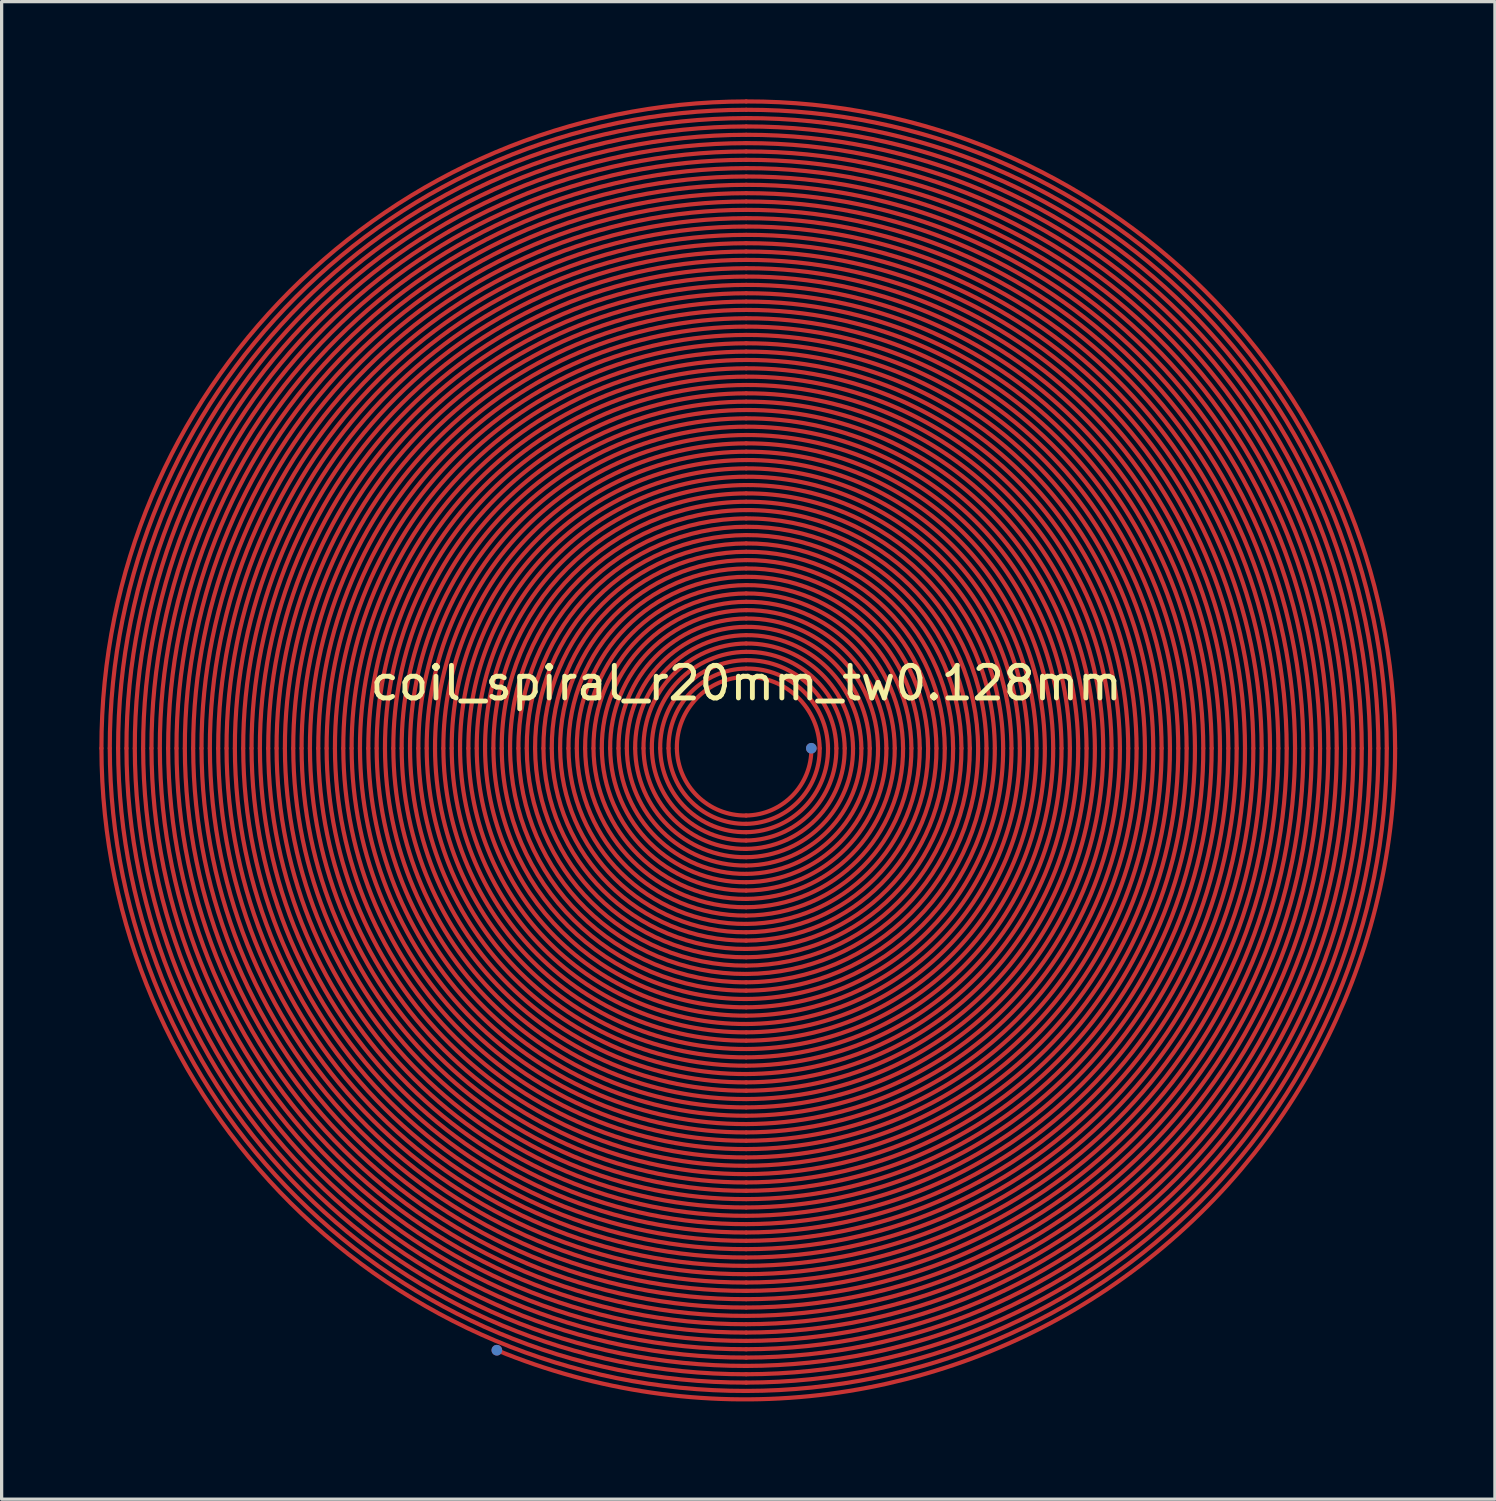
<source format=kicad_pcb>
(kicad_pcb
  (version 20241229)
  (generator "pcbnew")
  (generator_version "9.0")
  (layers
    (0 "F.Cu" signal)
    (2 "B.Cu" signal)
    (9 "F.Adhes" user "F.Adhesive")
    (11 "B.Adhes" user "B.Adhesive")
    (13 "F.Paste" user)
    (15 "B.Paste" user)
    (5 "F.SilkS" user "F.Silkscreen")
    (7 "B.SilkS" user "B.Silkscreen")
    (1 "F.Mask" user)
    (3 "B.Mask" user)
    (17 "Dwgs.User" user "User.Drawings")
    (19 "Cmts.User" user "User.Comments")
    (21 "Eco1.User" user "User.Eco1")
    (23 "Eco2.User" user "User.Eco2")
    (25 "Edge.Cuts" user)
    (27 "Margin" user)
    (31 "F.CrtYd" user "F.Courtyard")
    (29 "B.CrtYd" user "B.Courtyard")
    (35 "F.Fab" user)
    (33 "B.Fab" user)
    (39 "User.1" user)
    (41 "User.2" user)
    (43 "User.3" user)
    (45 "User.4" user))
  (footprint "coil_spiral_r20mm_tw0.128mm"
    (layer "F.Cu")
    (at 19.856 19.92)
    (property "Reference" "coil_spiral_r20mm_tw0.128mm" (at 0 -2 0) (layer "F.SilkS") (effects (font (size 1 1) (thickness 0.15))))
    (attr through_hole)
    (fp_arc (start -19.792 0) (mid -14.00833 -14.027076) (end 0.000001 -19.856) (stroke (width 0.128) (type solid)) (layer "F.Cu"))
    (fp_arc (start -19.536 0) (mid -13.827311 -13.846057) (end 0 -19.6) (stroke (width 0.128) (type solid)) (layer "F.Cu"))
    (fp_arc (start -19.28 0) (mid -13.646292 -13.665038) (end 0 -19.344) (stroke (width 0.128) (type solid)) (layer "F.Cu"))
    (fp_arc (start -19.024 0) (mid -13.465273 -13.484019) (end 0 -19.088) (stroke (width 0.128) (type solid)) (layer "F.Cu"))
    (fp_arc (start -18.768 0) (mid -13.284254 -13.302999) (end 0 -18.832) (stroke (width 0.128) (type solid)) (layer "F.Cu"))
    (fp_arc (start -18.512 0) (mid -13.103236 -13.12198) (end -0.000001 -18.576) (stroke (width 0.128) (type solid)) (layer "F.Cu"))
    (fp_arc (start -18.256 0) (mid -12.922216 -12.940961) (end 0 -18.319999) (stroke (width 0.128) (type solid)) (layer "F.Cu"))
    (fp_arc (start -18 0) (mid -12.741197 -12.759942) (end 0 -18.063999) (stroke (width 0.128) (type solid)) (layer "F.Cu"))
    (fp_arc (start -17.744 0) (mid -12.560178 -12.578923) (end 0 -17.807999) (stroke (width 0.128) (type solid)) (layer "F.Cu"))
    (fp_arc (start -17.488 0) (mid -12.379159 -12.397904) (end 0 -17.551999) (stroke (width 0.128) (type solid)) (layer "F.Cu"))
    (fp_arc (start -17.232 0) (mid -12.19814 -12.216885) (end 0 -17.295999) (stroke (width 0.128) (type solid)) (layer "F.Cu"))
    (fp_arc (start -16.976 0) (mid -12.017121 -12.035866) (end -0.000001 -17.04) (stroke (width 0.128) (type solid)) (layer "F.Cu"))
    (fp_arc (start -16.72 0) (mid -11.836102 -11.854847) (end 0 -16.784) (stroke (width 0.128) (type solid)) (layer "F.Cu"))
    (fp_arc (start -16.464 0) (mid -11.655083 -11.673828) (end 0 -16.528) (stroke (width 0.128) (type solid)) (layer "F.Cu"))
    (fp_arc (start -16.208 0) (mid -11.474064 -11.492809) (end 0 -16.272) (stroke (width 0.128) (type solid)) (layer "F.Cu"))
    (fp_arc (start -15.952 0) (mid -11.293045 -11.31179) (end 0.000001 -16.016) (stroke (width 0.128) (type solid)) (layer "F.Cu"))
    (fp_arc (start -15.696 0) (mid -11.112026 -11.130771) (end 0 -15.759999) (stroke (width 0.128) (type solid)) (layer "F.Cu"))
    (fp_arc (start -15.44 0) (mid -10.931007 -10.949752) (end 0 -15.504) (stroke (width 0.128) (type solid)) (layer "F.Cu"))
    (fp_arc (start -15.184 0) (mid -10.749988 -10.768734) (end 0.000001 -15.248) (stroke (width 0.128) (type solid)) (layer "F.Cu"))
    (fp_arc (start -14.928 0) (mid -10.568969 -10.587714) (end 0 -14.991999) (stroke (width 0.128) (type solid)) (layer "F.Cu"))
    (fp_arc (start -14.672 0) (mid -10.38795 -10.406695) (end 0 -14.736) (stroke (width 0.128) (type solid)) (layer "F.Cu"))
    (fp_arc (start -14.416 0) (mid -10.206931 -10.225676) (end 0 -14.479999) (stroke (width 0.128) (type solid)) (layer "F.Cu"))
    (fp_arc (start -14.16 0) (mid -10.025912 -10.044658) (end 0 -14.224) (stroke (width 0.128) (type solid)) (layer "F.Cu"))
    (fp_arc (start -13.904 0) (mid -9.844893 -9.863638) (end 0 -13.967999) (stroke (width 0.128) (type solid)) (layer "F.Cu"))
    (fp_arc (start -13.648 0) (mid -9.663875 -9.68262) (end 0 -13.711999) (stroke (width 0.128) (type solid)) (layer "F.Cu"))
    (fp_arc (start -13.392 0) (mid -9.482856 -9.501601) (end 0 -13.456) (stroke (width 0.128) (type solid)) (layer "F.Cu"))
    (fp_arc (start -13.136 0) (mid -9.301837 -9.320582) (end 0 -13.2) (stroke (width 0.128) (type solid)) (layer "F.Cu"))
    (fp_arc (start -12.88 0) (mid -9.120818 -9.139563) (end 0.000001 -12.943999) (stroke (width 0.128) (type solid)) (layer "F.Cu"))
    (fp_arc (start -12.624 0) (mid -8.939799 -8.958544) (end 0 -12.687999) (stroke (width 0.128) (type solid)) (layer "F.Cu"))
    (fp_arc (start -12.368 0) (mid -8.758781 -8.777525) (end 0 -12.432) (stroke (width 0.128) (type solid)) (layer "F.Cu"))
    (fp_arc (start -12.112 0) (mid -8.577763 -8.596507) (end -0.000001 -12.176001) (stroke (width 0.128) (type solid)) (layer "F.Cu"))
    (fp_arc (start -11.856 0) (mid -8.396743 -8.415489) (end 0 -11.920001) (stroke (width 0.128) (type solid)) (layer "F.Cu"))
    (fp_arc (start -11.6 0) (mid -8.215725 -8.23447) (end 0 -11.664) (stroke (width 0.128) (type solid)) (layer "F.Cu"))
    (fp_arc (start -11.344 0) (mid -8.034706 -8.053451) (end 0 -11.408) (stroke (width 0.128) (type solid)) (layer "F.Cu"))
    (fp_arc (start -11.088 0) (mid -7.853688 -7.872433) (end 0 -11.152001) (stroke (width 0.128) (type solid)) (layer "F.Cu"))
    (fp_arc (start -10.832 0) (mid -7.672668 -7.691414) (end 0.000001 -10.896) (stroke (width 0.128) (type solid)) (layer "F.Cu"))
    (fp_arc (start -10.576 0) (mid -7.49165 -7.510395) (end 0 -10.64) (stroke (width 0.128) (type solid)) (layer "F.Cu"))
    (fp_arc (start -10.32 0) (mid -7.310632 -7.329377) (end 0 -10.384) (stroke (width 0.128) (type solid)) (layer "F.Cu"))
    (fp_arc (start -10.064 0) (mid -7.129613 -7.148358) (end 0 -10.128) (stroke (width 0.128) (type solid)) (layer "F.Cu"))
    (fp_arc (start -9.808 0) (mid -6.948595 -6.96734) (end 0 -9.872) (stroke (width 0.128) (type solid)) (layer "F.Cu"))
    (fp_arc (start -9.552 0) (mid -6.767577 -6.786322) (end 0 -9.616001) (stroke (width 0.128) (type solid)) (layer "F.Cu"))
    (fp_arc (start -9.296 0) (mid -6.586558 -6.605303) (end 0 -9.36) (stroke (width 0.128) (type solid)) (layer "F.Cu"))
    (fp_arc (start -9.04 0) (mid -6.405541 -6.424285) (end -0.000001 -9.104) (stroke (width 0.128) (type solid)) (layer "F.Cu"))
    (fp_arc (start -8.784 0) (mid -6.224522 -6.243267) (end -0.000001 -8.848) (stroke (width 0.128) (type solid)) (layer "F.Cu"))
    (fp_arc (start -8.528 0) (mid -6.043504 -6.062249) (end 0 -8.592) (stroke (width 0.128) (type solid)) (layer "F.Cu"))
    (fp_arc (start -8.272 0) (mid -5.862485 -5.881231) (end 0.000001 -8.336) (stroke (width 0.128) (type solid)) (layer "F.Cu"))
    (fp_arc (start -8.016 0) (mid -5.681468 -5.700213) (end 0 -8.08) (stroke (width 0.128) (type solid)) (layer "F.Cu"))
    (fp_arc (start -7.76 0) (mid -5.50045 -5.519195) (end 0 -7.824) (stroke (width 0.128) (type solid)) (layer "F.Cu"))
    (fp_arc (start -7.504 0) (mid -5.319432 -5.338177) (end 0 -7.567999) (stroke (width 0.128) (type solid)) (layer "F.Cu"))
    (fp_arc (start -7.248 0) (mid -5.138415 -5.157159) (end 0 -7.311999) (stroke (width 0.128) (type solid)) (layer "F.Cu"))
    (fp_arc (start -6.992 0) (mid -4.957397 -4.976142) (end 0 -7.056) (stroke (width 0.128) (type solid)) (layer "F.Cu"))
    (fp_arc (start -6.736 0) (mid -4.77638 -4.795125) (end 0 -6.800001) (stroke (width 0.128) (type solid)) (layer "F.Cu"))
    (fp_arc (start -6.48 0) (mid -4.595363 -4.614107) (end 0 -6.544) (stroke (width 0.128) (type solid)) (layer "F.Cu"))
    (fp_arc (start -6.224 0) (mid -4.414346 -4.43309) (end -0.000001 -6.288) (stroke (width 0.128) (type solid)) (layer "F.Cu"))
    (fp_arc (start -5.968 0) (mid -4.233329 -4.252073) (end 0 -6.032) (stroke (width 0.128) (type solid)) (layer "F.Cu"))
    (fp_arc (start -5.712 0) (mid -4.052312 -4.071057) (end 0 -5.776) (stroke (width 0.128) (type solid)) (layer "F.Cu"))
    (fp_arc (start -5.456 0) (mid -3.871296 -3.89004) (end -0.000001 -5.52) (stroke (width 0.128) (type solid)) (layer "F.Cu"))
    (fp_arc (start -5.2 0) (mid -3.69028 -3.709024) (end -0.000001 -5.264) (stroke (width 0.128) (type solid)) (layer "F.Cu"))
    (fp_arc (start -4.944 0) (mid -3.509264 -3.528008) (end 0 -5.008) (stroke (width 0.128) (type solid)) (layer "F.Cu"))
    (fp_arc (start -4.688 0) (mid -3.328249 -3.346993) (end 0 -4.752) (stroke (width 0.128) (type solid)) (layer "F.Cu"))
    (fp_arc (start -4.432 0) (mid -3.147234 -3.165978) (end 0 -4.496) (stroke (width 0.128) (type solid)) (layer "F.Cu"))
    (fp_arc (start -4.176 0) (mid -2.966219 -2.984963) (end 0 -4.239999) (stroke (width 0.128) (type solid)) (layer "F.Cu"))
    (fp_arc (start -3.92 0) (mid -2.785206 -2.803949) (end 0 -3.984) (stroke (width 0.128) (type solid)) (layer "F.Cu"))
    (fp_arc (start -3.664 0) (mid -2.604192 -2.622936) (end 0.000001 -3.728) (stroke (width 0.128) (type solid)) (layer "F.Cu"))
    (fp_arc (start -3.408 0) (mid -2.423181 -2.441924) (end -0.000001 -3.472) (stroke (width 0.128) (type solid)) (layer "F.Cu"))
    (fp_arc (start -3.152 0) (mid -2.24217 -2.260913) (end 0 -3.216) (stroke (width 0.128) (type solid)) (layer "F.Cu"))
    (fp_arc (start -2.896 0) (mid -2.061161 -2.079903) (end 0 -2.959999) (stroke (width 0.128) (type solid)) (layer "F.Cu"))
    (fp_arc (start -2.64 0) (mid -1.880154 -1.898896) (end 0 -2.704) (stroke (width 0.128) (type solid)) (layer "F.Cu"))
    (fp_arc (start -2.384 0) (mid -1.699149 -1.717891) (end 0 -2.448001) (stroke (width 0.128) (type solid)) (layer "F.Cu"))
    (fp_arc (start -2.128 0) (mid -1.518148 -1.536889) (end 0.000001 -2.192) (stroke (width 0.128) (type solid)) (layer "F.Cu"))
    (fp_arc (start 0 -19.856) (mid 14.07233 -14.053585) (end 19.92 0) (stroke (width 0.128) (type solid)) (layer "F.Cu"))
    (fp_arc (start 0 -19.6) (mid 13.891311 -13.872566) (end 19.664 0) (stroke (width 0.128) (type solid)) (layer "F.Cu"))
    (fp_arc (start 0 -19.344) (mid 13.710292 -13.691548) (end 19.408 -0.000001) (stroke (width 0.128) (type solid)) (layer "F.Cu"))
    (fp_arc (start 0 -19.088) (mid 13.529273 -13.510529) (end 19.152 -0.000001) (stroke (width 0.128) (type solid)) (layer "F.Cu"))
    (fp_arc (start 0 -18.832) (mid 13.348254 -13.329509) (end 18.895999 0) (stroke (width 0.128) (type solid)) (layer "F.Cu"))
    (fp_arc (start 0 -18.576) (mid 13.167235 -13.14849) (end 18.639999 0) (stroke (width 0.128) (type solid)) (layer "F.Cu"))
    (fp_arc (start 0 -18.32) (mid 12.986216 -12.96747) (end 18.384 0.000001) (stroke (width 0.128) (type solid)) (layer "F.Cu"))
    (fp_arc (start 0 -18.064) (mid 12.805197 -12.786451) (end 18.128 0.000001) (stroke (width 0.128) (type solid)) (layer "F.Cu"))
    (fp_arc (start 0 -17.808) (mid 12.624178 -12.605432) (end 17.872 0.000001) (stroke (width 0.128) (type solid)) (layer "F.Cu"))
    (fp_arc (start 0 -17.552) (mid 12.443159 -12.424413) (end 17.616 0.000001) (stroke (width 0.128) (type solid)) (layer "F.Cu"))
    (fp_arc (start 0 -17.296) (mid 12.26214 -12.243394) (end 17.36 0.000001) (stroke (width 0.128) (type solid)) (layer "F.Cu"))
    (fp_arc (start 0 -17.04) (mid 12.08112 -12.062376) (end 17.103999 0) (stroke (width 0.128) (type solid)) (layer "F.Cu"))
    (fp_arc (start 0 -16.784) (mid 11.900101 -11.881356) (end 16.847999 0) (stroke (width 0.128) (type solid)) (layer "F.Cu"))
    (fp_arc (start 0 -16.528) (mid 11.719082 -11.700337) (end 16.591999 0) (stroke (width 0.128) (type solid)) (layer "F.Cu"))
    (fp_arc (start 0 -16.272) (mid 11.538064 -11.519319) (end 16.336 0) (stroke (width 0.128) (type solid)) (layer "F.Cu"))
    (fp_arc (start 0 -16.016) (mid 11.357045 -11.3383) (end 16.08 0) (stroke (width 0.128) (type solid)) (layer "F.Cu"))
    (fp_arc (start 0 -15.76) (mid 11.176026 -11.15728) (end 15.824 0.000001) (stroke (width 0.128) (type solid)) (layer "F.Cu"))
    (fp_arc (start 0 -15.504) (mid 10.995006 -10.976262) (end 15.567999 0) (stroke (width 0.128) (type solid)) (layer "F.Cu"))
    (fp_arc (start 0 -15.248) (mid 10.813988 -10.795243) (end 15.312 0) (stroke (width 0.128) (type solid)) (layer "F.Cu"))
    (fp_arc (start 0 -14.992) (mid 10.632969 -10.614223) (end 15.056 0.000001) (stroke (width 0.128) (type solid)) (layer "F.Cu"))
    (fp_arc (start 0 -14.736) (mid 10.45195 -10.433205) (end 14.8 -0.000001) (stroke (width 0.128) (type solid)) (layer "F.Cu"))
    (fp_arc (start 0 -14.48) (mid 10.270931 -10.252186) (end 14.544 0) (stroke (width 0.128) (type solid)) (layer "F.Cu"))
    (fp_arc (start 0 -14.224) (mid 10.089912 -10.071168) (end 14.288 -0.000001) (stroke (width 0.128) (type solid)) (layer "F.Cu"))
    (fp_arc (start 0 -13.968) (mid 9.908894 -9.890148) (end 14.032 0.000001) (stroke (width 0.128) (type solid)) (layer "F.Cu"))
    (fp_arc (start 0 -13.712) (mid 9.727875 -9.70913) (end 13.776 0) (stroke (width 0.128) (type solid)) (layer "F.Cu"))
    (fp_arc (start 0 -13.456) (mid 9.546855 -9.52811) (end 13.519999 0) (stroke (width 0.128) (type solid)) (layer "F.Cu"))
    (fp_arc (start 0 -13.2) (mid 9.365837 -9.347092) (end 13.263999 0) (stroke (width 0.128) (type solid)) (layer "F.Cu"))
    (fp_arc (start 0 -12.944) (mid 9.184818 -9.166073) (end 13.008 0) (stroke (width 0.128) (type solid)) (layer "F.Cu"))
    (fp_arc (start 0 -12.688) (mid 9.003799 -8.985054) (end 12.752 0) (stroke (width 0.128) (type solid)) (layer "F.Cu"))
    (fp_arc (start 0 -12.432) (mid 8.822781 -8.804036) (end 12.496001 0) (stroke (width 0.128) (type solid)) (layer "F.Cu"))
    (fp_arc (start 0 -12.176) (mid 8.641761 -8.623017) (end 12.24 -0.000001) (stroke (width 0.128) (type solid)) (layer "F.Cu"))
    (fp_arc (start 0 -11.92) (mid 8.460743 -8.441998) (end 11.984 0) (stroke (width 0.128) (type solid)) (layer "F.Cu"))
    (fp_arc (start 0 -11.664) (mid 8.279724 -8.260979) (end 11.728 0) (stroke (width 0.128) (type solid)) (layer "F.Cu"))
    (fp_arc (start 0 -11.408) (mid 8.098706 -8.079961) (end 11.472001 0) (stroke (width 0.128) (type solid)) (layer "F.Cu"))
    (fp_arc (start 0 -11.152) (mid 7.917687 -7.898942) (end 11.216 0) (stroke (width 0.128) (type solid)) (layer "F.Cu"))
    (fp_arc (start 0 -10.896) (mid 7.736669 -7.717924) (end 10.960001 0) (stroke (width 0.128) (type solid)) (layer "F.Cu"))
    (fp_arc (start 0 -10.64) (mid 7.55565 -7.536905) (end 10.704 0.000001) (stroke (width 0.128) (type solid)) (layer "F.Cu"))
    (fp_arc (start 0 -10.384) (mid 7.374631 -7.355886) (end 10.448 0) (stroke (width 0.128) (type solid)) (layer "F.Cu"))
    (fp_arc (start 0 -10.128) (mid 7.193613 -7.174868) (end 10.192 0) (stroke (width 0.128) (type solid)) (layer "F.Cu"))
    (fp_arc (start 0 -9.872) (mid 7.012595 -6.993849) (end 9.936 0.000001) (stroke (width 0.128) (type solid)) (layer "F.Cu"))
    (fp_arc (start 0 -9.616) (mid 6.831576 -6.812832) (end 9.68 -0.000001) (stroke (width 0.128) (type solid)) (layer "F.Cu"))
    (fp_arc (start 0 -9.36) (mid 6.650558 -6.631813) (end 9.424 0) (stroke (width 0.128) (type solid)) (layer "F.Cu"))
    (fp_arc (start 0 -9.104) (mid 6.46954 -6.450795) (end 9.168 0) (stroke (width 0.128) (type solid)) (layer "F.Cu"))
    (fp_arc (start 0 -8.848) (mid 6.288521 -6.269777) (end 8.912 -0.000001) (stroke (width 0.128) (type solid)) (layer "F.Cu"))
    (fp_arc (start 0 -8.592) (mid 6.107503 -6.088758) (end 8.656 0) (stroke (width 0.128) (type solid)) (layer "F.Cu"))
    (fp_arc (start 0 -8.336) (mid 5.926485 -5.90774) (end 8.4 0) (stroke (width 0.128) (type solid)) (layer "F.Cu"))
    (fp_arc (start 0 -8.08) (mid 5.745467 -5.726723) (end 8.144 0) (stroke (width 0.128) (type solid)) (layer "F.Cu"))
    (fp_arc (start 0 -7.824) (mid 5.56445 -5.545705) (end 7.888 0) (stroke (width 0.128) (type solid)) (layer "F.Cu"))
    (fp_arc (start 0 -7.568) (mid 5.383432 -5.364687) (end 7.632 0) (stroke (width 0.128) (type solid)) (layer "F.Cu"))
    (fp_arc (start 0 -7.312) (mid 5.202414 -5.183669) (end 7.376 0) (stroke (width 0.128) (type solid)) (layer "F.Cu"))
    (fp_arc (start 0 -7.056) (mid 5.021397 -5.002652) (end 7.120001 0) (stroke (width 0.128) (type solid)) (layer "F.Cu"))
    (fp_arc (start 0 -6.8) (mid 4.840379 -4.821634) (end 6.864 0) (stroke (width 0.128) (type solid)) (layer "F.Cu"))
    (fp_arc (start 0 -6.544) (mid 4.659361 -4.640617) (end 6.608 0) (stroke (width 0.128) (type solid)) (layer "F.Cu"))
    (fp_arc (start 0 -6.288) (mid 4.478344 -4.4596) (end 6.352 -0.000001) (stroke (width 0.128) (type solid)) (layer "F.Cu"))
    (fp_arc (start 0 -6.032) (mid 4.297328 -4.278583) (end 6.096 0) (stroke (width 0.128) (type solid)) (layer "F.Cu"))
    (fp_arc (start 0 -5.776) (mid 4.116311 -4.097566) (end 5.84 0) (stroke (width 0.128) (type solid)) (layer "F.Cu"))
    (fp_arc (start 0 -5.52) (mid 3.935294 -3.91655) (end 5.584 0) (stroke (width 0.128) (type solid)) (layer "F.Cu"))
    (fp_arc (start 0 -5.264) (mid 3.754278 -3.735534) (end 5.328 0) (stroke (width 0.128) (type solid)) (layer "F.Cu"))
    (fp_arc (start 0 -5.008) (mid 3.573262 -3.554518) (end 5.072 -0.000001) (stroke (width 0.128) (type solid)) (layer "F.Cu"))
    (fp_arc (start 0 -4.752) (mid 3.392247 -3.373503) (end 4.816 0) (stroke (width 0.128) (type solid)) (layer "F.Cu"))
    (fp_arc (start 0 -4.496) (mid 3.211231 -3.192487) (end 4.56 0) (stroke (width 0.128) (type solid)) (layer "F.Cu"))
    (fp_arc (start 0 -4.24) (mid 3.030217 -3.011473) (end 4.304 0.000001) (stroke (width 0.128) (type solid)) (layer "F.Cu"))
    (fp_arc (start 0 -3.984) (mid 2.849203 -2.830459) (end 4.048 0.000001) (stroke (width 0.128) (type solid)) (layer "F.Cu"))
    (fp_arc (start 0 -3.728) (mid 2.66819 -2.649446) (end 3.792001 0) (stroke (width 0.128) (type solid)) (layer "F.Cu"))
    (fp_arc (start 0 -3.472) (mid 2.487177 -2.468434) (end 3.535999 0) (stroke (width 0.128) (type solid)) (layer "F.Cu"))
    (fp_arc (start 0 -3.216) (mid 2.306166 -2.287423) (end 3.28 0) (stroke (width 0.128) (type solid)) (layer "F.Cu"))
    (fp_arc (start 0 -2.96) (mid 2.125156 -2.106413) (end 3.024001 0) (stroke (width 0.128) (type solid)) (layer "F.Cu"))
    (fp_arc (start 0 -2.704) (mid 1.944147 -1.925405) (end 2.768 0) (stroke (width 0.128) (type solid)) (layer "F.Cu"))
    (fp_arc (start 0 -2.448) (mid 1.763141 -1.7444) (end 2.512 -0.000001) (stroke (width 0.128) (type solid)) (layer "F.Cu"))
    (fp_arc (start 0 -2.192) (mid 1.582138 -1.563398) (end 2.256 -0.000001) (stroke (width 0.128) (type solid)) (layer "F.Cu"))
    (fp_arc (start 0 2.064) (mid -1.491639 1.472898) (end -2.128 -0.000001) (stroke (width 0.128) (type solid)) (layer "F.Cu"))
    (fp_arc (start 0 2.32) (mid -1.67264 1.653898) (end -2.384 -0.000001) (stroke (width 0.128) (type solid)) (layer "F.Cu"))
    (fp_arc (start 0 2.576) (mid -1.853644 1.834902) (end -2.64 0) (stroke (width 0.128) (type solid)) (layer "F.Cu"))
    (fp_arc (start 0 2.832) (mid -2.034652 2.015909) (end -2.896001 0) (stroke (width 0.128) (type solid)) (layer "F.Cu"))
    (fp_arc (start 0 3.088) (mid -2.215661 2.196918) (end -3.152 0) (stroke (width 0.128) (type solid)) (layer "F.Cu"))
    (fp_arc (start 0 3.344) (mid -2.396671 2.377929) (end -3.408 0.000001) (stroke (width 0.128) (type solid)) (layer "F.Cu"))
    (fp_arc (start 0 3.6) (mid -2.577683 2.558939) (end -3.664 -0.000001) (stroke (width 0.128) (type solid)) (layer "F.Cu"))
    (fp_arc (start 0 3.856) (mid -2.758696 2.739952) (end -3.92 -0.000001) (stroke (width 0.128) (type solid)) (layer "F.Cu"))
    (fp_arc (start 0 4.112) (mid -2.93971 2.920966) (end -4.176 0) (stroke (width 0.128) (type solid)) (layer "F.Cu"))
    (fp_arc (start 0 4.368) (mid -3.120724 3.10198) (end -4.432 0) (stroke (width 0.128) (type solid)) (layer "F.Cu"))
    (fp_arc (start 0 4.624) (mid -3.301739 3.282995) (end -4.688001 0) (stroke (width 0.128) (type solid)) (layer "F.Cu"))
    (fp_arc (start 0 4.88) (mid -3.482754 3.46401) (end -4.944 0) (stroke (width 0.128) (type solid)) (layer "F.Cu"))
    (fp_arc (start 0 5.136) (mid -3.66377 3.645026) (end -5.2 0.000001) (stroke (width 0.128) (type solid)) (layer "F.Cu"))
    (fp_arc (start 0 5.392) (mid -3.844786 3.826042) (end -5.456001 0) (stroke (width 0.128) (type solid)) (layer "F.Cu"))
    (fp_arc (start 0 5.648) (mid -4.025802 4.007058) (end -5.711999 0) (stroke (width 0.128) (type solid)) (layer "F.Cu"))
    (fp_arc (start 0 5.904) (mid -4.206819 4.188075) (end -5.968 0) (stroke (width 0.128) (type solid)) (layer "F.Cu"))
    (fp_arc (start 0 6.16) (mid -4.387836 4.369092) (end -6.224 0.000001) (stroke (width 0.128) (type solid)) (layer "F.Cu"))
    (fp_arc (start 0 6.416) (mid -4.568853 4.550109) (end -6.48 0.000001) (stroke (width 0.128) (type solid)) (layer "F.Cu"))
    (fp_arc (start 0 6.672) (mid -4.74987 4.731125) (end -6.736 -0.000001) (stroke (width 0.128) (type solid)) (layer "F.Cu"))
    (fp_arc (start 0 6.928) (mid -4.930888 4.912143) (end -6.992001 0) (stroke (width 0.128) (type solid)) (layer "F.Cu"))
    (fp_arc (start 0 7.184) (mid -5.111905 5.093161) (end -7.248001 0) (stroke (width 0.128) (type solid)) (layer "F.Cu"))
    (fp_arc (start 0 7.44) (mid -5.292923 5.274178) (end -7.504 0) (stroke (width 0.128) (type solid)) (layer "F.Cu"))
    (fp_arc (start 0 7.696) (mid -5.47394 5.455196) (end -7.759999 0) (stroke (width 0.128) (type solid)) (layer "F.Cu"))
    (fp_arc (start 0 7.952) (mid -5.654959 5.636213) (end -8.016 -0.000001) (stroke (width 0.128) (type solid)) (layer "F.Cu"))
    (fp_arc (start 0 8.208) (mid -5.835976 5.817231) (end -8.271999 0) (stroke (width 0.128) (type solid)) (layer "F.Cu"))
    (fp_arc (start 0 8.464) (mid -6.016994 5.998249) (end -8.528 0) (stroke (width 0.128) (type solid)) (layer "F.Cu"))
    (fp_arc (start 0 8.72) (mid -6.198012 6.179268) (end -8.784 0.000001) (stroke (width 0.128) (type solid)) (layer "F.Cu"))
    (fp_arc (start 0 8.976) (mid -6.379031 6.360286) (end -9.04 0) (stroke (width 0.128) (type solid)) (layer "F.Cu"))
    (fp_arc (start 0 9.232) (mid -6.560049 6.541304) (end -9.296 0) (stroke (width 0.128) (type solid)) (layer "F.Cu"))
    (fp_arc (start 0 9.488) (mid -6.741067 6.722322) (end -9.552 -0.000001) (stroke (width 0.128) (type solid)) (layer "F.Cu"))
    (fp_arc (start 0 9.744) (mid -6.922085 6.90334) (end -9.808 0) (stroke (width 0.128) (type solid)) (layer "F.Cu"))
    (fp_arc (start 0 10) (mid -7.103103 7.084359) (end -10.064 0.000001) (stroke (width 0.128) (type solid)) (layer "F.Cu"))
    (fp_arc (start 0 10.256) (mid -7.284122 7.265378) (end -10.32 0.000001) (stroke (width 0.128) (type solid)) (layer "F.Cu"))
    (fp_arc (start 0 10.512) (mid -7.46514 7.446396) (end -10.576 0.000001) (stroke (width 0.128) (type solid)) (layer "F.Cu"))
    (fp_arc (start 0 10.768) (mid -7.646159 7.627414) (end -10.832 0) (stroke (width 0.128) (type solid)) (layer "F.Cu"))
    (fp_arc (start 0 11.024) (mid -7.827178 7.808432) (end -11.088 -0.000001) (stroke (width 0.128) (type solid)) (layer "F.Cu"))
    (fp_arc (start 0 11.28) (mid -8.008196 7.989451) (end -11.344 0) (stroke (width 0.128) (type solid)) (layer "F.Cu"))
    (fp_arc (start 0 11.536) (mid -8.189215 8.17047) (end -11.600001 0) (stroke (width 0.128) (type solid)) (layer "F.Cu"))
    (fp_arc (start 0 11.792) (mid -8.370233 8.351489) (end -11.856 0) (stroke (width 0.128) (type solid)) (layer "F.Cu"))
    (fp_arc (start 0 12.048) (mid -8.551252 8.532507) (end -12.112 0) (stroke (width 0.128) (type solid)) (layer "F.Cu"))
    (fp_arc (start 0 12.304) (mid -8.732271 8.713526) (end -12.368001 0) (stroke (width 0.128) (type solid)) (layer "F.Cu"))
    (fp_arc (start 0 12.56) (mid -8.91329 8.894545) (end -12.624 0) (stroke (width 0.128) (type solid)) (layer "F.Cu"))
    (fp_arc (start 0 12.816) (mid -9.094309 9.075564) (end -12.88 0) (stroke (width 0.128) (type solid)) (layer "F.Cu"))
    (fp_arc (start 0 13.072) (mid -9.275327 9.256582) (end -13.135999 0) (stroke (width 0.128) (type solid)) (layer "F.Cu"))
    (fp_arc (start 0 13.328) (mid -9.456346 9.437601) (end -13.391999 0) (stroke (width 0.128) (type solid)) (layer "F.Cu"))
    (fp_arc (start 0 13.584) (mid -9.637365 9.61862) (end -13.648 0) (stroke (width 0.128) (type solid)) (layer "F.Cu"))
    (fp_arc (start 0 13.84) (mid -9.818384 9.799639) (end -13.904 0) (stroke (width 0.128) (type solid)) (layer "F.Cu"))
    (fp_arc (start 0 14.096) (mid -9.999402 9.980658) (end -14.159999 0) (stroke (width 0.128) (type solid)) (layer "F.Cu"))
    (fp_arc (start 0 14.352) (mid -10.180422 10.161677) (end -14.416 0) (stroke (width 0.128) (type solid)) (layer "F.Cu"))
    (fp_arc (start 0 14.608) (mid -10.36144 10.342695) (end -14.671999 0) (stroke (width 0.128) (type solid)) (layer "F.Cu"))
    (fp_arc (start 0 14.864) (mid -10.54246 10.523714) (end -14.928 0) (stroke (width 0.128) (type solid)) (layer "F.Cu"))
    (fp_arc (start 0 15.12) (mid -10.723478 10.704733) (end -15.183999 0) (stroke (width 0.128) (type solid)) (layer "F.Cu"))
    (fp_arc (start 0 15.376) (mid -10.904498 10.885752) (end -15.44 -0.000001) (stroke (width 0.128) (type solid)) (layer "F.Cu"))
    (fp_arc (start 0 15.632) (mid -11.085516 11.066771) (end -15.696 0) (stroke (width 0.128) (type solid)) (layer "F.Cu"))
    (fp_arc (start 0 15.888) (mid -11.266535 11.24779) (end -15.951999 0) (stroke (width 0.128) (type solid)) (layer "F.Cu"))
    (fp_arc (start 0 16.144) (mid -11.447554 11.428809) (end -16.207999 0) (stroke (width 0.128) (type solid)) (layer "F.Cu"))
    (fp_arc (start 0 16.4) (mid -11.628574 11.609828) (end -16.464 -0.000001) (stroke (width 0.128) (type solid)) (layer "F.Cu"))
    (fp_arc (start 0 16.656) (mid -11.809592 11.790847) (end -16.72 0) (stroke (width 0.128) (type solid)) (layer "F.Cu"))
    (fp_arc (start 0 16.912) (mid -11.990611 11.971866) (end -16.976 0) (stroke (width 0.128) (type solid)) (layer "F.Cu"))
    (fp_arc (start 0 17.168) (mid -12.17163 12.152885) (end -17.232 0) (stroke (width 0.128) (type solid)) (layer "F.Cu"))
    (fp_arc (start 0 17.424) (mid -12.352649 12.333904) (end -17.488 0) (stroke (width 0.128) (type solid)) (layer "F.Cu"))
    (fp_arc (start 0 17.68) (mid -12.533668 12.514923) (end -17.744 0) (stroke (width 0.128) (type solid)) (layer "F.Cu"))
    (fp_arc (start 0 17.936) (mid -12.714688 12.695942) (end -18 0) (stroke (width 0.128) (type solid)) (layer "F.Cu"))
    (fp_arc (start 0 18.192) (mid -12.895706 12.876962) (end -18.256 0.000001) (stroke (width 0.128) (type solid)) (layer "F.Cu"))
    (fp_arc (start 0 18.448) (mid -13.076726 13.05798) (end -18.512 0) (stroke (width 0.128) (type solid)) (layer "F.Cu"))
    (fp_arc (start 0 18.704) (mid -13.257745 13.238999) (end -18.768 0) (stroke (width 0.128) (type solid)) (layer "F.Cu"))
    (fp_arc (start 0 18.96) (mid -13.438764 13.420019) (end -19.024 0) (stroke (width 0.128) (type solid)) (layer "F.Cu"))
    (fp_arc (start 0 19.216) (mid -13.619783 13.601038) (end -19.28 0) (stroke (width 0.128) (type solid)) (layer "F.Cu"))
    (fp_arc (start 0 19.472) (mid -13.800802 13.782056) (end -19.536 -0.000001) (stroke (width 0.128) (type solid)) (layer "F.Cu"))
    (fp_arc (start 0 19.728) (mid -13.98182 13.963076) (end -19.791999 0) (stroke (width 0.128) (type solid)) (layer "F.Cu"))
    (fp_arc (start 2 0) (mid 1.427649 1.446388) (end 0 2.063999) (stroke (width 0.128) (type solid)) (layer "F.Cu"))
    (fp_arc (start 2.256 0) (mid 1.608648 1.627388) (end 0 2.319999) (stroke (width 0.128) (type solid)) (layer "F.Cu"))
    (fp_arc (start 2.512 0) (mid 1.789652 1.808393) (end 0.000001 2.576) (stroke (width 0.128) (type solid)) (layer "F.Cu"))
    (fp_arc (start 2.768 0) (mid 1.970657 1.9894) (end -0.000001 2.832) (stroke (width 0.128) (type solid)) (layer "F.Cu"))
    (fp_arc (start 3.024 0) (mid 2.151665 2.170408) (end 0 3.087999) (stroke (width 0.128) (type solid)) (layer "F.Cu"))
    (fp_arc (start 3.28 0) (mid 2.332676 2.351418) (end 0.000001 3.344) (stroke (width 0.128) (type solid)) (layer "F.Cu"))
    (fp_arc (start 3.536 0) (mid 2.513686 2.53243) (end -0.000001 3.6) (stroke (width 0.128) (type solid)) (layer "F.Cu"))
    (fp_arc (start 3.792 0) (mid 2.694699 2.713442) (end 0 3.855999) (stroke (width 0.128) (type solid)) (layer "F.Cu"))
    (fp_arc (start 4.048 0) (mid 2.875713 2.894457) (end 0 4.112001) (stroke (width 0.128) (type solid)) (layer "F.Cu"))
    (fp_arc (start 4.304 0) (mid 3.056727 3.075471) (end 0 4.368) (stroke (width 0.128) (type solid)) (layer "F.Cu"))
    (fp_arc (start 4.56 0) (mid 3.237741 3.256485) (end 0 4.624) (stroke (width 0.128) (type solid)) (layer "F.Cu"))
    (fp_arc (start 4.816 0) (mid 3.418756 3.4375) (end 0 4.879999) (stroke (width 0.128) (type solid)) (layer "F.Cu"))
    (fp_arc (start 5.072 0) (mid 3.599772 3.618516) (end 0.000001 5.136) (stroke (width 0.128) (type solid)) (layer "F.Cu"))
    (fp_arc (start 5.328 0) (mid 3.780788 3.799532) (end 0 5.392) (stroke (width 0.128) (type solid)) (layer "F.Cu"))
    (fp_arc (start 5.584 0) (mid 3.961804 3.980549) (end 0 5.648001) (stroke (width 0.128) (type solid)) (layer "F.Cu"))
    (fp_arc (start 5.84 0) (mid 4.14282 4.161565) (end 0 5.903999) (stroke (width 0.128) (type solid)) (layer "F.Cu"))
    (fp_arc (start 6.096 0) (mid 4.323838 4.342581) (end 0.000001 6.16) (stroke (width 0.128) (type solid)) (layer "F.Cu"))
    (fp_arc (start 6.352 0) (mid 4.504855 4.523598) (end 0.000001 6.416) (stroke (width 0.128) (type solid)) (layer "F.Cu"))
    (fp_arc (start 6.608 0) (mid 4.685871 4.704616) (end 0 6.672) (stroke (width 0.128) (type solid)) (layer "F.Cu"))
    (fp_arc (start 6.864 0) (mid 4.866888 4.885633) (end 0 6.928) (stroke (width 0.128) (type solid)) (layer "F.Cu"))
    (fp_arc (start 7.12 0) (mid 5.047906 5.066651) (end 0 7.184) (stroke (width 0.128) (type solid)) (layer "F.Cu"))
    (fp_arc (start 7.376 0) (mid 5.228923 5.247668) (end 0 7.439999) (stroke (width 0.128) (type solid)) (layer "F.Cu"))
    (fp_arc (start 7.632 0) (mid 5.409942 5.428686) (end 0.000001 7.696) (stroke (width 0.128) (type solid)) (layer "F.Cu"))
    (fp_arc (start 7.888 0) (mid 5.590959 5.609703) (end 0 7.951999) (stroke (width 0.128) (type solid)) (layer "F.Cu"))
    (fp_arc (start 8.144 0) (mid 5.771977 5.790722) (end 0.000001 8.208) (stroke (width 0.128) (type solid)) (layer "F.Cu"))
    (fp_arc (start 8.4 0) (mid 5.952995 5.97174) (end 0 8.464) (stroke (width 0.128) (type solid)) (layer "F.Cu"))
    (fp_arc (start 8.656 0) (mid 6.134013 6.152758) (end 0 8.72) (stroke (width 0.128) (type solid)) (layer "F.Cu"))
    (fp_arc (start 8.912 0) (mid 6.315032 6.333776) (end 0.000001 8.976) (stroke (width 0.128) (type solid)) (layer "F.Cu"))
    (fp_arc (start 9.168 0) (mid 6.496049 6.514794) (end 0 9.232) (stroke (width 0.128) (type solid)) (layer "F.Cu"))
    (fp_arc (start 9.424 0) (mid 6.677067 6.695812) (end 0 9.488) (stroke (width 0.128) (type solid)) (layer "F.Cu"))
    (fp_arc (start 9.68 0) (mid 6.858086 6.876831) (end 0 9.744) (stroke (width 0.128) (type solid)) (layer "F.Cu"))
    (fp_arc (start 9.936 0) (mid 7.039104 7.05785) (end 0 10.000001) (stroke (width 0.128) (type solid)) (layer "F.Cu"))
    (fp_arc (start 10.192 0) (mid 7.220123 7.238868) (end 0 10.256001) (stroke (width 0.128) (type solid)) (layer "F.Cu"))
    (fp_arc (start 10.448 0) (mid 7.401141 7.419886) (end 0 10.512001) (stroke (width 0.128) (type solid)) (layer "F.Cu"))
    (fp_arc (start 10.704 0) (mid 7.58216 7.600905) (end 0 10.768001) (stroke (width 0.128) (type solid)) (layer "F.Cu"))
    (fp_arc (start 10.96 0) (mid 7.763178 7.781923) (end 0 11.024) (stroke (width 0.128) (type solid)) (layer "F.Cu"))
    (fp_arc (start 11.216 0) (mid 7.944197 7.962942) (end 0 11.280001) (stroke (width 0.128) (type solid)) (layer "F.Cu"))
    (fp_arc (start 11.472 0) (mid 8.125215 8.14396) (end 0 11.536) (stroke (width 0.128) (type solid)) (layer "F.Cu"))
    (fp_arc (start 11.728 0) (mid 8.306234 8.324979) (end 0 11.792001) (stroke (width 0.128) (type solid)) (layer "F.Cu"))
    (fp_arc (start 11.984 0) (mid 8.487253 8.505998) (end 0 12.048001) (stroke (width 0.128) (type solid)) (layer "F.Cu"))
    (fp_arc (start 12.24 0) (mid 8.668271 8.687016) (end -0.000001 12.304) (stroke (width 0.128) (type solid)) (layer "F.Cu"))
    (fp_arc (start 12.496 0) (mid 8.84929 8.868035) (end 0 12.56) (stroke (width 0.128) (type solid)) (layer "F.Cu"))
    (fp_arc (start 12.752 0) (mid 9.030309 9.049054) (end 0 12.815999) (stroke (width 0.128) (type solid)) (layer "F.Cu"))
    (fp_arc (start 13.008 0) (mid 9.211328 9.230073) (end 0 13.072) (stroke (width 0.128) (type solid)) (layer "F.Cu"))
    (fp_arc (start 13.264 0) (mid 9.392347 9.411092) (end 0 13.328) (stroke (width 0.128) (type solid)) (layer "F.Cu"))
    (fp_arc (start 13.52 0) (mid 9.573365 9.59211) (end 0 13.584) (stroke (width 0.128) (type solid)) (layer "F.Cu"))
    (fp_arc (start 13.776 0) (mid 9.754384 9.773129) (end 0 13.839999) (stroke (width 0.128) (type solid)) (layer "F.Cu"))
    (fp_arc (start 14.032 0) (mid 9.935403 9.954148) (end 0 14.096) (stroke (width 0.128) (type solid)) (layer "F.Cu"))
    (fp_arc (start 14.288 0) (mid 10.116422 10.135167) (end 0 14.351999) (stroke (width 0.128) (type solid)) (layer "F.Cu"))
    (fp_arc (start 14.544 0) (mid 10.297441 10.316186) (end 0 14.608) (stroke (width 0.128) (type solid)) (layer "F.Cu"))
    (fp_arc (start 14.8 0) (mid 10.47846 10.497204) (end 0 14.863999) (stroke (width 0.128) (type solid)) (layer "F.Cu"))
    (fp_arc (start 15.056 0) (mid 10.659479 10.678224) (end 0 15.12) (stroke (width 0.128) (type solid)) (layer "F.Cu"))
    (fp_arc (start 15.312 0) (mid 10.840497 10.859242) (end 0 15.375999) (stroke (width 0.128) (type solid)) (layer "F.Cu"))
    (fp_arc (start 15.568 0) (mid 11.021516 11.040262) (end 0 15.632) (stroke (width 0.128) (type solid)) (layer "F.Cu"))
    (fp_arc (start 15.824 0) (mid 11.202535 11.221281) (end 0 15.888) (stroke (width 0.128) (type solid)) (layer "F.Cu"))
    (fp_arc (start 16.08 0) (mid 11.383555 11.4023) (end 0 16.144) (stroke (width 0.128) (type solid)) (layer "F.Cu"))
    (fp_arc (start 16.336 0) (mid 11.564573 11.583318) (end 0 16.399999) (stroke (width 0.128) (type solid)) (layer "F.Cu"))
    (fp_arc (start 16.592 0) (mid 11.745592 11.764338) (end -0.000001 16.656) (stroke (width 0.128) (type solid)) (layer "F.Cu"))
    (fp_arc (start 16.848 0) (mid 11.926611 11.945357) (end 0 16.912) (stroke (width 0.128) (type solid)) (layer "F.Cu"))
    (fp_arc (start 17.104 0) (mid 12.10763 12.126376) (end 0 17.168) (stroke (width 0.128) (type solid)) (layer "F.Cu"))
    (fp_arc (start 17.36 0) (mid 12.288649 12.307395) (end 0 17.424) (stroke (width 0.128) (type solid)) (layer "F.Cu"))
    (fp_arc (start 17.616 0) (mid 12.469668 12.488414) (end 0 17.68) (stroke (width 0.128) (type solid)) (layer "F.Cu"))
    (fp_arc (start 17.872 0) (mid 12.650688 12.669433) (end 0 17.936) (stroke (width 0.128) (type solid)) (layer "F.Cu"))
    (fp_arc (start 18.128 0) (mid 12.831707 12.850452) (end 0 18.192) (stroke (width 0.128) (type solid)) (layer "F.Cu"))
    (fp_arc (start 18.384 0) (mid 13.012726 13.031471) (end 0 18.448) (stroke (width 0.128) (type solid)) (layer "F.Cu"))
    (fp_arc (start 18.64 0) (mid 13.193745 13.21249) (end 0 18.704) (stroke (width 0.128) (type solid)) (layer "F.Cu"))
    (fp_arc (start 18.896 0) (mid 13.374764 13.393509) (end 0 18.96) (stroke (width 0.128) (type solid)) (layer "F.Cu"))
    (fp_arc (start 19.152 0) (mid 13.555783 13.574528) (end 0 19.215999) (stroke (width 0.128) (type solid)) (layer "F.Cu"))
    (fp_arc (start 19.408 0) (mid 13.736802 13.755547) (end 0 19.471999) (stroke (width 0.128) (type solid)) (layer "F.Cu"))
    (fp_arc (start 19.664 0) (mid 13.917821 13.936566) (end 0.000001 19.728) (stroke (width 0.128) (type solid)) (layer "F.Cu"))
    (fp_arc (start 19.92 0) (mid 11.071427 16.608045) (end -7.653669 18.477591) (stroke (width 0.128) (type solid)) (layer "F.Cu"))
    (pad "1" connect circle (at 2 0) (size 0.327 0.327) (layers "*.Cu" "*.Mask"))
    (pad "2" connect circle (at -7.654 18.478) (size 0.327 0.327) (layers "*.Cu" "*.Mask")))
  (gr_rect
    (start -3 -3)
    (end 42.84 42.971)
    (stroke (width 0.1) (type default))
    (fill no)
    (layer "Edge.Cuts")))
</source>
